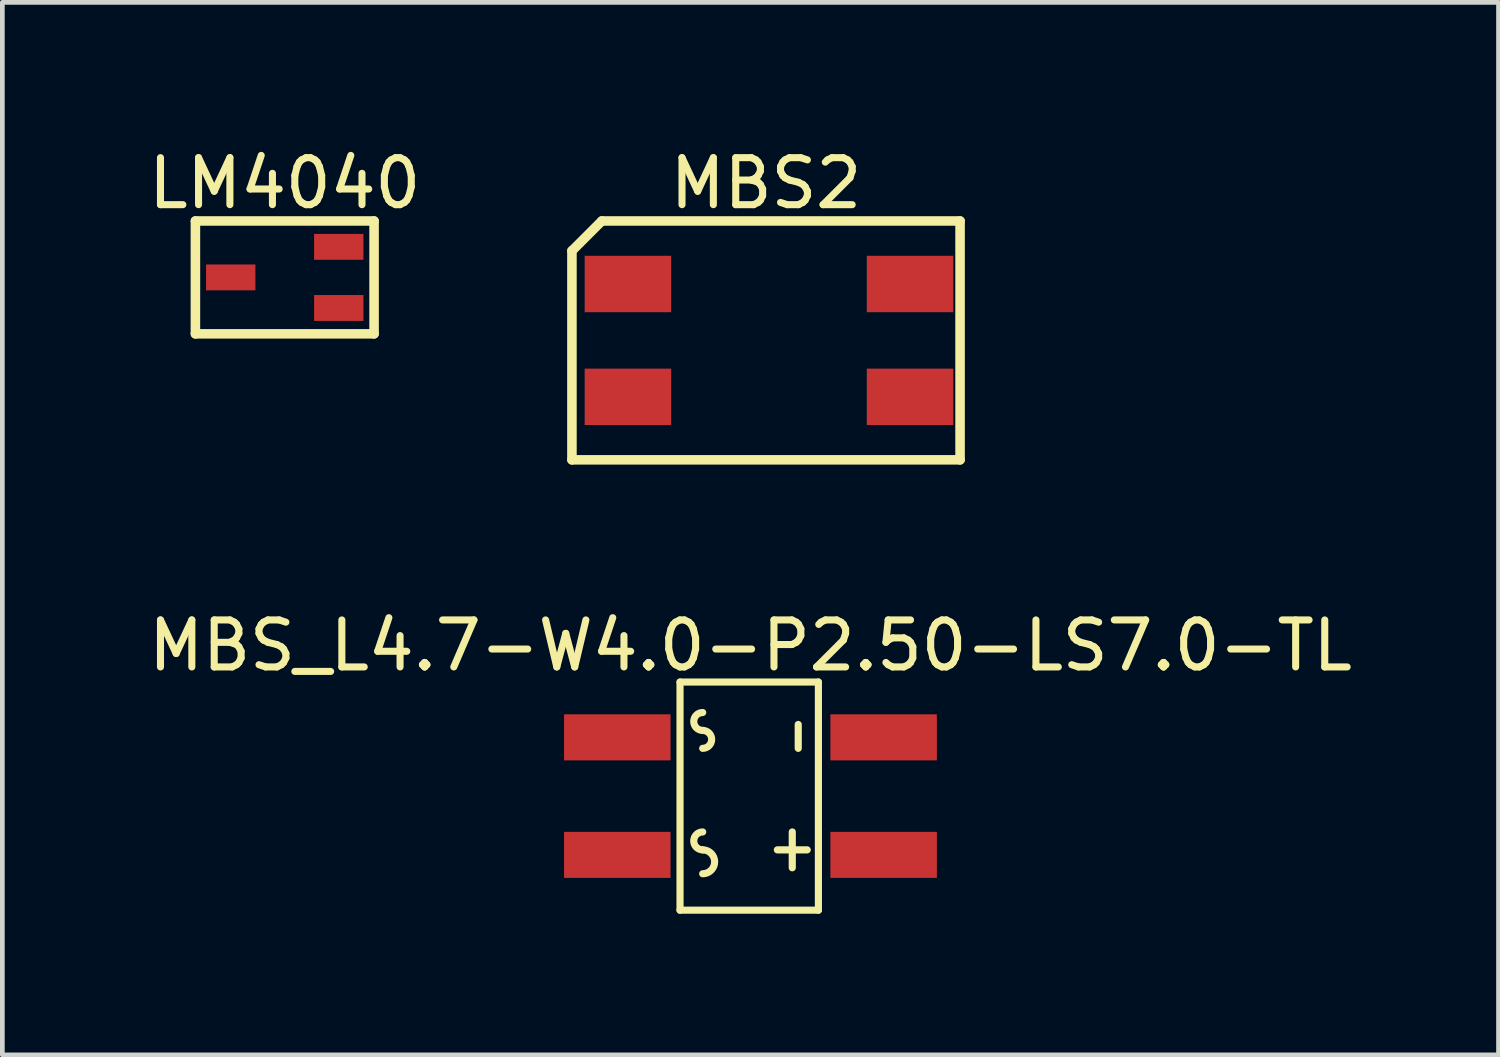
<source format=kicad_pcb>
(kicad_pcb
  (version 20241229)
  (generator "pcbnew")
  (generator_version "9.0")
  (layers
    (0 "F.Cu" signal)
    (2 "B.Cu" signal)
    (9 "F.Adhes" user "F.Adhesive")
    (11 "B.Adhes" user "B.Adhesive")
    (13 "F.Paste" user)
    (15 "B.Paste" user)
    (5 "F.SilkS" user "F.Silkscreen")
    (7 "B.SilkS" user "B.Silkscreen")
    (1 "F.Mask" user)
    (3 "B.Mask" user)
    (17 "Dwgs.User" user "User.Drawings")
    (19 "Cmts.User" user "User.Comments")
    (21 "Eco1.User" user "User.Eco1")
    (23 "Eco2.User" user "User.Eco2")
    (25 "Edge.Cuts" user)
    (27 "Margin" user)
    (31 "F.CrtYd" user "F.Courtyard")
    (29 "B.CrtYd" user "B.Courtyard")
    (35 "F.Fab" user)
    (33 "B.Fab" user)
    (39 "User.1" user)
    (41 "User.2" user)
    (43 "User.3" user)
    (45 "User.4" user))
  (footprint "MBS2"
    (layer "F.Cu")
    (at 13.305 4.19)
    (property "Reference" "MBS2" (at -0.064 -3.342 0) (layer "F.SilkS") (effects (font (size 1 1) (thickness 0.15))))
    (fp_line (start -4.191 -1.905) (end -3.556 -2.54) (stroke (width 0.203) (type solid)) (layer "F.SilkS"))
    (fp_line (start -4.191 2.54) (end -4.191 -1.905) (stroke (width 0.203) (type solid)) (layer "F.SilkS"))
    (fp_line (start -4.191 2.54) (end 4.064 2.54) (stroke (width 0.203) (type solid)) (layer "F.SilkS"))
    (fp_line (start -3.556 -2.54) (end 4.064 -2.54) (stroke (width 0.203) (type solid)) (layer "F.SilkS"))
    (fp_line (start 4.064 2.54) (end 4.064 -2.54) (stroke (width 0.203) (type solid)) (layer "F.SilkS"))
    (pad "1" smd rect (at -3 -1.2 180) (size 1.84 1.2) (layers "F.Cu" "F.Mask" "F.Paste"))
    (pad "2" smd rect (at -3 1.2 180) (size 1.84 1.2) (layers "F.Cu" "F.Mask" "F.Paste"))
    (pad "3" smd rect (at 3 1.2 180) (size 1.84 1.2) (layers "F.Cu" "F.Mask" "F.Paste"))
    (pad "4" smd rect (at 3 -1.2 180) (size 1.84 1.2) (layers "F.Cu" "F.Mask" "F.Paste")))
  (footprint "MBS_L4.7-W4.0-P2.50-LS7.0-TL"
    (layer "F.Cu")
    (at 12.911 13.882)
    (property "Reference" "MBS_L4.7-W4.0-P2.50-LS7.0-TL" (at 0 -3.202 0) (layer "F.SilkS") (effects (font (size 1 1) (thickness 0.15))))
    (fp_line (start -1.498 -2.426) (end 1.445 -2.426) (stroke (width 0.152) (type solid)) (layer "F.SilkS"))
    (fp_line (start -1.498 2.426) (end -1.498 -2.426) (stroke (width 0.152) (type solid)) (layer "F.SilkS"))
    (fp_line (start -1.498 2.426) (end 1.445 2.426) (stroke (width 0.152) (type solid)) (layer "F.SilkS"))
    (fp_line (start 0.572 1.143) (end 1.207 1.143) (stroke (width 0.152) (type solid)) (layer "F.SilkS"))
    (fp_line (start 0.889 0.762) (end 0.889 1.524) (stroke (width 0.152) (type solid)) (layer "F.SilkS"))
    (fp_line (start 1.016 -1.016) (end 1.016 -1.524) (stroke (width 0.152) (type solid)) (layer "F.SilkS"))
    (fp_line (start 1.445 2.426) (end 1.445 -2.426) (stroke (width 0.152) (type solid)) (layer "F.SilkS"))
    (fp_arc (start -1.01595 -1.39703) (mid -1.20645 -1.58753) (end -1.01595 -1.77803) (stroke (width 0.15199) (type solid)) (layer "F.SilkS"))
    (fp_arc (start -1.01595 1.14298) (mid -1.20645 0.95248) (end -1.01595 0.76198) (stroke (width 0.15199) (type solid)) (layer "F.SilkS"))
    (fp_arc (start -1.015872 -1.396997) (mid -0.82761 -1.206471) (end -1.015949 -1.016022) (stroke (width 0.15199) (type solid)) (layer "F.SilkS"))
    (fp_arc (start -1.015872 1.143003) (mid -0.76445 1.397029) (end -1.015949 1.650978) (stroke (width 0.15199) (type solid)) (layer "F.SilkS"))
    (fp_line (start -2 -2.35) (end 2 -2.35) (stroke (width 0.051) (type solid)) (layer "Eco2.User"))
    (fp_line (start -2 2.35) (end -2 -2.35) (stroke (width 0.051) (type solid)) (layer "Eco2.User"))
    (fp_line (start -2 2.35) (end 2 2.35) (stroke (width 0.051) (type solid)) (layer "Eco2.User"))
    (fp_line (start 2 2.35) (end 2 -2.35) (stroke (width 0.051) (type solid)) (layer "Eco2.User"))
    (fp_poly (pts (xy -3.5 -0.95) (xy -3.5 -1.55) (xy -2.7 -1.55) (xy -2.7 -0.95)) (stroke (width 0.1) (type default)) (fill no) (layer "Eco2.User"))
    (fp_poly (pts (xy -3.5 1.55) (xy -3.5 0.95) (xy -2.7 0.95) (xy -2.7 1.55)) (stroke (width 0.1) (type default)) (fill no) (layer "Eco2.User"))
    (fp_poly (pts (xy -2.71 -0.95) (xy -2.71 -1.55) (xy -1.99 -1.55) (xy -1.99 -0.95)) (stroke (width 0.1) (type default)) (fill no) (layer "Eco2.User"))
    (fp_poly (pts (xy -2.71 1.55) (xy -2.71 0.95) (xy -1.99 0.95) (xy -1.99 1.55)) (stroke (width 0.1) (type default)) (fill no) (layer "Eco2.User"))
    (fp_poly (pts (xy 1.99 -0.95) (xy 1.99 -1.55) (xy 2.71 -1.55) (xy 2.71 -0.95)) (stroke (width 0.1) (type default)) (fill no) (layer "Eco2.User"))
    (fp_poly (pts (xy 1.99 1.55) (xy 1.99 0.95) (xy 2.71 0.95) (xy 2.71 1.55)) (stroke (width 0.1) (type default)) (fill no) (layer "Eco2.User"))
    (fp_poly (pts (xy 2.7 -0.95) (xy 2.7 -1.55) (xy 3.5 -1.55) (xy 3.5 -0.95)) (stroke (width 0.1) (type default)) (fill no) (layer "Eco2.User"))
    (fp_poly (pts (xy 2.7 1.55) (xy 2.7 0.95) (xy 3.5 0.95) (xy 3.5 1.55)) (stroke (width 0.1) (type default)) (fill no) (layer "Eco2.User"))
    (fp_poly (pts (xy -3.435 -2.35) (xy -3.454 -2.396) (xy -3.5 -2.415) (xy -3.546 -2.396) (xy -3.565 -2.35) (xy -3.565 -2.35) (xy -3.546 -2.304) (xy -3.5 -2.285) (xy -3.454 -2.304) (xy -3.435 -2.35)) (stroke (width 0.1) (type default)) (fill no) (layer "Eco2.User"))
    (fp_poly (pts (xy 0.79 1.506) (xy 0.99 1.506) (xy 0.99 0.706) (xy 0.79 0.706)) (stroke (width 0.1) (type default)) (fill no) (layer "User.6"))
    (fp_poly (pts (xy 0.9 -0.9) (xy 1.1 -0.9) (xy 1.1 -1.7) (xy 0.9 -1.7)) (stroke (width 0.1) (type default)) (fill no) (layer "User.6"))
    (fp_poly (pts (xy 1.291 1.24) (xy 1.291 1.04) (xy 0.491 1.04) (xy 0.491 1.24)) (stroke (width 0.1) (type default)) (fill no) (layer "User.6"))
    (pad "1" smd rect (at -2.832 -1.25 270) (size 0.98 2.265) (layers "F.Cu" "F.Mask" "F.Paste"))
    (pad "2" smd rect (at -2.832 1.25 270) (size 0.98 2.265) (layers "F.Cu" "F.Mask" "F.Paste"))
    (pad "3" smd rect (at 2.832 1.25 270) (size 0.98 2.265) (layers "F.Cu" "F.Mask" "F.Paste"))
    (pad "4" smd rect (at 2.832 -1.25 270) (size 0.98 2.265) (layers "F.Cu" "F.Mask" "F.Paste")))
  (footprint "LM4040"
    (layer "F.Cu")
    (at 3.006 2.85)
    (property "Reference" "LM4040" (at 0 -2.002 0) (layer "F.SilkS") (effects (font (size 1 1) (thickness 0.15))))
    (fp_line (start -1.9 -1.2) (end 1.9 -1.2) (stroke (width 0.203) (type solid)) (layer "F.SilkS"))
    (fp_line (start -1.9 1.2) (end -1.9 -1.2) (stroke (width 0.203) (type solid)) (layer "F.SilkS"))
    (fp_line (start -1.9 1.2) (end 1.9 1.2) (stroke (width 0.203) (type solid)) (layer "F.SilkS"))
    (fp_line (start 1.9 1.2) (end 1.9 -1.2) (stroke (width 0.203) (type solid)) (layer "F.SilkS"))
    (pad "1" smd rect (at 1.149 0.65 90) (size 0.55 1.05) (layers "F.Cu" "F.Mask" "F.Paste"))
    (pad "2" smd rect (at 1.149 -0.65 90) (size 0.55 1.05) (layers "F.Cu" "F.Mask" "F.Paste"))
    (pad "3" smd rect (at -1.149 0 90) (size 0.55 1.05) (layers "F.Cu" "F.Mask" "F.Paste")))
  (gr_rect
    (start -3 -3)
    (end 28.821 19.385)
    (stroke (width 0.1) (type default))
    (fill no)
    (layer "Edge.Cuts")))
</source>
